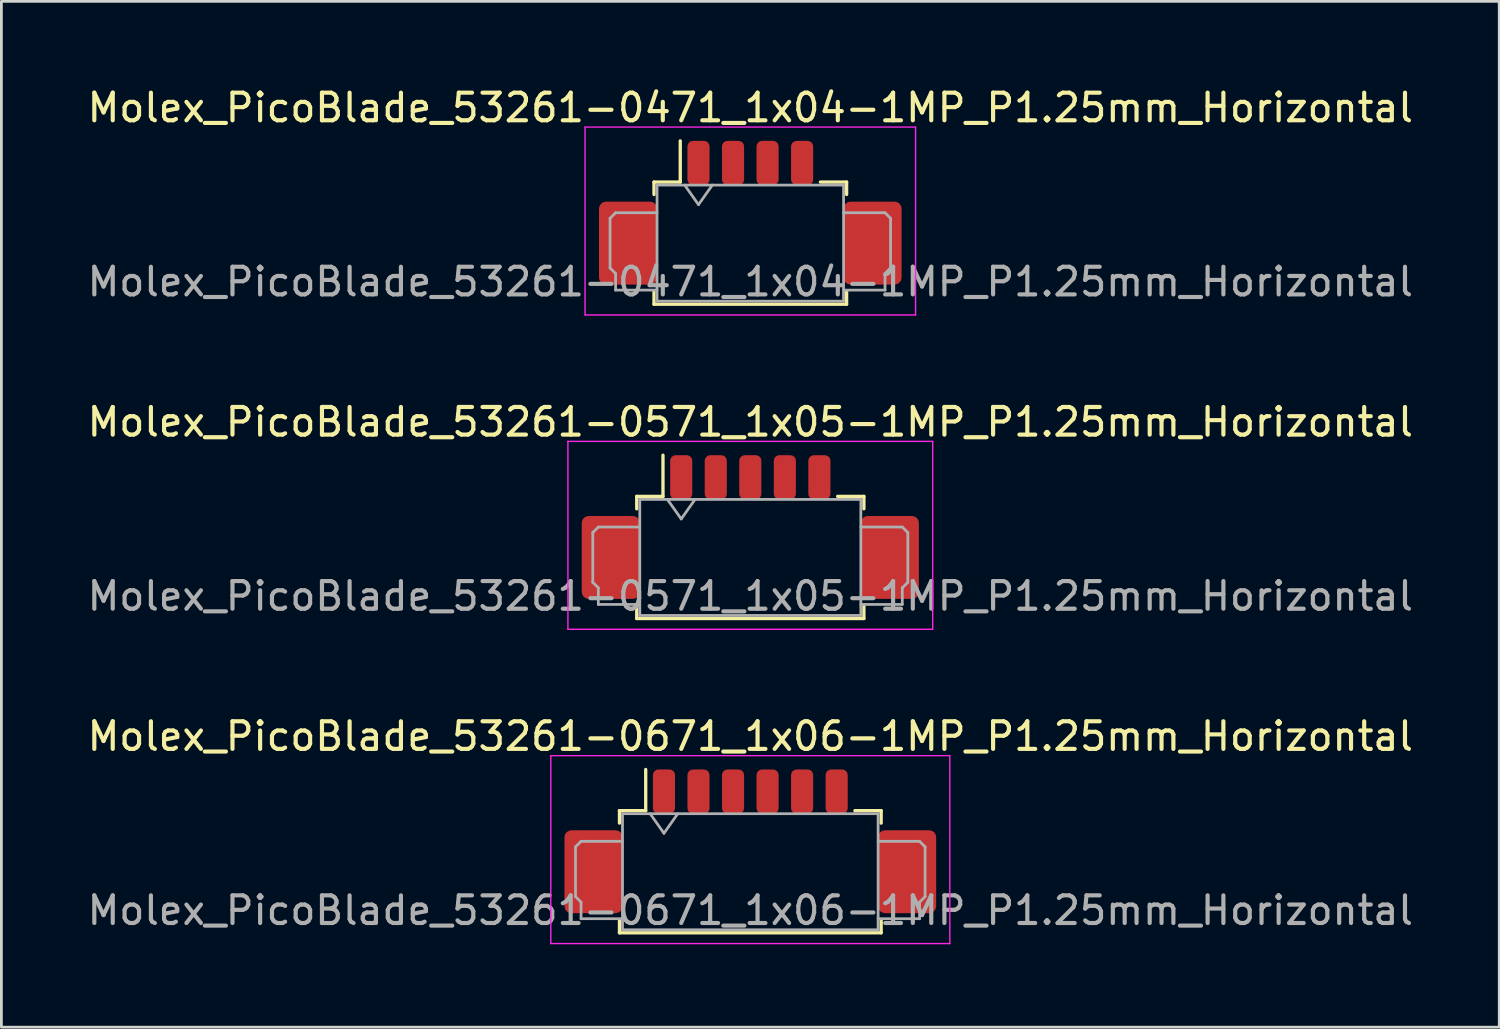
<source format=kicad_pcb>
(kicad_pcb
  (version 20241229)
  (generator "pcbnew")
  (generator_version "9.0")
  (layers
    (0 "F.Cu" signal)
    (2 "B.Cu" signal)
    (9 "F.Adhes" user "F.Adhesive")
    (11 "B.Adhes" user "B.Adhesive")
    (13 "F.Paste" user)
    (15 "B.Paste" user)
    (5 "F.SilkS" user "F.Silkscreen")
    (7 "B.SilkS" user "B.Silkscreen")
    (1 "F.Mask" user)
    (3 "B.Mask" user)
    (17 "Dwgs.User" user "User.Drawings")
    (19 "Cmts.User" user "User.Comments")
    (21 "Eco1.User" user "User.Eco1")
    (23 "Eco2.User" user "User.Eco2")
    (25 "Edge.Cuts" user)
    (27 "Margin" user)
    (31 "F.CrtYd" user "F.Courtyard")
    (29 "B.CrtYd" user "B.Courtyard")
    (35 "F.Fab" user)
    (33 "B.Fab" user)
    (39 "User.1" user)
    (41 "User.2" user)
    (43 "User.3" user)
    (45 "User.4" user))
  (footprint "Molex_PicoBlade_53261-0471_1x04-1MP_P1.25mm_Horizontal"
    (layer "F.Cu")
    (at 24.101 5.248)
    (property "Reference" "Molex_PicoBlade_53261-0471_1x04-1MP_P1.25mm_Horizontal" (at 0 -4.4 0) (layer "F.SilkS") (effects (font (size 1 1) (thickness 0.15))))
    (attr smd)
    (fp_line (start -3.485 -1.71) (end -2.535 -1.71) (stroke (width 0.12) (type solid)) (layer "F.SilkS"))
    (fp_line (start -3.485 -1.26) (end -3.485 -1.71) (stroke (width 0.12) (type solid)) (layer "F.SilkS"))
    (fp_line (start -3.485 2.26) (end -3.485 2.71) (stroke (width 0.12) (type solid)) (layer "F.SilkS"))
    (fp_line (start -3.485 2.71) (end 3.485 2.71) (stroke (width 0.12) (type solid)) (layer "F.SilkS"))
    (fp_line (start -2.535 -1.71) (end -2.535 -3.2) (stroke (width 0.12) (type solid)) (layer "F.SilkS"))
    (fp_line (start 3.485 -1.71) (end 2.535 -1.71) (stroke (width 0.12) (type solid)) (layer "F.SilkS"))
    (fp_line (start 3.485 -1.26) (end 3.485 -1.71) (stroke (width 0.12) (type solid)) (layer "F.SilkS"))
    (fp_line (start 3.485 2.71) (end 3.485 2.26) (stroke (width 0.12) (type solid)) (layer "F.SilkS"))
    (fp_line (start -5.98 -3.7) (end -5.98 3.1) (stroke (width 0.05) (type solid)) (layer "F.CrtYd"))
    (fp_line (start -5.98 3.1) (end 5.98 3.1) (stroke (width 0.05) (type solid)) (layer "F.CrtYd"))
    (fp_line (start 5.98 -3.7) (end -5.98 -3.7) (stroke (width 0.05) (type solid)) (layer "F.CrtYd"))
    (fp_line (start 5.98 3.1) (end 5.98 -3.7) (stroke (width 0.05) (type solid)) (layer "F.CrtYd"))
    (fp_line (start -5.075 -0.4) (end -5.075 1.4) (stroke (width 0.1) (type solid)) (layer "F.Fab"))
    (fp_line (start -5.075 1.4) (end -4.875 1.6) (stroke (width 0.1) (type solid)) (layer "F.Fab"))
    (fp_line (start -4.875 -0.6) (end -5.075 -0.4) (stroke (width 0.1) (type solid)) (layer "F.Fab"))
    (fp_line (start -4.875 1.6) (end -4.875 2.2) (stroke (width 0.1) (type solid)) (layer "F.Fab"))
    (fp_line (start -4.875 2.2) (end -3.375 2.2) (stroke (width 0.1) (type solid)) (layer "F.Fab"))
    (fp_line (start -3.375 -1.6) (end -3.375 2.6) (stroke (width 0.1) (type solid)) (layer "F.Fab"))
    (fp_line (start -3.375 -1.6) (end 3.375 -1.6) (stroke (width 0.1) (type solid)) (layer "F.Fab"))
    (fp_line (start -3.375 -0.6) (end -4.875 -0.6) (stroke (width 0.1) (type solid)) (layer "F.Fab"))
    (fp_line (start -3.375 2.6) (end 3.375 2.6) (stroke (width 0.1) (type solid)) (layer "F.Fab"))
    (fp_line (start -2.375 -1.6) (end -1.875 -0.893) (stroke (width 0.1) (type solid)) (layer "F.Fab"))
    (fp_line (start -1.875 -0.893) (end -1.375 -1.6) (stroke (width 0.1) (type solid)) (layer "F.Fab"))
    (fp_line (start 3.375 -1.6) (end 3.375 2.6) (stroke (width 0.1) (type solid)) (layer "F.Fab"))
    (fp_line (start 3.375 -0.6) (end 4.875 -0.6) (stroke (width 0.1) (type solid)) (layer "F.Fab"))
    (fp_line (start 4.875 -0.6) (end 5.075 -0.4) (stroke (width 0.1) (type solid)) (layer "F.Fab"))
    (fp_line (start 4.875 1.6) (end 4.875 2.2) (stroke (width 0.1) (type solid)) (layer "F.Fab"))
    (fp_line (start 4.875 2.2) (end 3.375 2.2) (stroke (width 0.1) (type solid)) (layer "F.Fab"))
    (fp_line (start 5.075 -0.4) (end 5.075 1.4) (stroke (width 0.1) (type solid)) (layer "F.Fab"))
    (fp_line (start 5.075 1.4) (end 4.875 1.6) (stroke (width 0.1) (type solid)) (layer "F.Fab"))
    (fp_text user "${REFERENCE}" (at 0 1.9 0) (layer "F.Fab") (effects (font (size 1 1) (thickness 0.15))))
    (pad "1" smd roundrect (at -1.875 -2.4) (size 0.8 1.6) (layers "F.Cu" "F.Mask" "F.Paste") (roundrect_rratio 0.25))
    (pad "2" smd roundrect (at -0.625 -2.4) (size 0.8 1.6) (layers "F.Cu" "F.Mask" "F.Paste") (roundrect_rratio 0.25))
    (pad "3" smd roundrect (at 0.625 -2.4) (size 0.8 1.6) (layers "F.Cu" "F.Mask" "F.Paste") (roundrect_rratio 0.25))
    (pad "4" smd roundrect (at 1.875 -2.4) (size 0.8 1.6) (layers "F.Cu" "F.Mask" "F.Paste") (roundrect_rratio 0.25))
    (pad "MP" smd roundrect (at -4.425 0.5) (size 2.1 3) (layers "F.Cu" "F.Mask" "F.Paste") (roundrect_rratio 0.119))
    (pad "MP" smd roundrect (at 4.425 0.5) (size 2.1 3) (layers "F.Cu" "F.Mask" "F.Paste") (roundrect_rratio 0.119)))
  (footprint "Molex_PicoBlade_53261-0571_1x05-1MP_P1.25mm_Horizontal"
    (layer "F.Cu")
    (at 24.101 16.622)
    (property "Reference" "Molex_PicoBlade_53261-0571_1x05-1MP_P1.25mm_Horizontal" (at 0 -4.4 0) (layer "F.SilkS") (effects (font (size 1 1) (thickness 0.15))))
    (attr smd)
    (fp_line (start -4.11 -1.71) (end -3.16 -1.71) (stroke (width 0.12) (type solid)) (layer "F.SilkS"))
    (fp_line (start -4.11 -1.26) (end -4.11 -1.71) (stroke (width 0.12) (type solid)) (layer "F.SilkS"))
    (fp_line (start -4.11 2.26) (end -4.11 2.71) (stroke (width 0.12) (type solid)) (layer "F.SilkS"))
    (fp_line (start -4.11 2.71) (end 4.11 2.71) (stroke (width 0.12) (type solid)) (layer "F.SilkS"))
    (fp_line (start -3.16 -1.71) (end -3.16 -3.2) (stroke (width 0.12) (type solid)) (layer "F.SilkS"))
    (fp_line (start 4.11 -1.71) (end 3.16 -1.71) (stroke (width 0.12) (type solid)) (layer "F.SilkS"))
    (fp_line (start 4.11 -1.26) (end 4.11 -1.71) (stroke (width 0.12) (type solid)) (layer "F.SilkS"))
    (fp_line (start 4.11 2.71) (end 4.11 2.26) (stroke (width 0.12) (type solid)) (layer "F.SilkS"))
    (fp_line (start -6.6 -3.7) (end -6.6 3.1) (stroke (width 0.05) (type solid)) (layer "F.CrtYd"))
    (fp_line (start -6.6 3.1) (end 6.6 3.1) (stroke (width 0.05) (type solid)) (layer "F.CrtYd"))
    (fp_line (start 6.6 -3.7) (end -6.6 -3.7) (stroke (width 0.05) (type solid)) (layer "F.CrtYd"))
    (fp_line (start 6.6 3.1) (end 6.6 -3.7) (stroke (width 0.05) (type solid)) (layer "F.CrtYd"))
    (fp_line (start -5.7 -0.4) (end -5.7 1.4) (stroke (width 0.1) (type solid)) (layer "F.Fab"))
    (fp_line (start -5.7 1.4) (end -5.5 1.6) (stroke (width 0.1) (type solid)) (layer "F.Fab"))
    (fp_line (start -5.5 -0.6) (end -5.7 -0.4) (stroke (width 0.1) (type solid)) (layer "F.Fab"))
    (fp_line (start -5.5 1.6) (end -5.5 2.2) (stroke (width 0.1) (type solid)) (layer "F.Fab"))
    (fp_line (start -5.5 2.2) (end -4 2.2) (stroke (width 0.1) (type solid)) (layer "F.Fab"))
    (fp_line (start -4 -1.6) (end -4 2.6) (stroke (width 0.1) (type solid)) (layer "F.Fab"))
    (fp_line (start -4 -1.6) (end 4 -1.6) (stroke (width 0.1) (type solid)) (layer "F.Fab"))
    (fp_line (start -4 -0.6) (end -5.5 -0.6) (stroke (width 0.1) (type solid)) (layer "F.Fab"))
    (fp_line (start -4 2.6) (end 4 2.6) (stroke (width 0.1) (type solid)) (layer "F.Fab"))
    (fp_line (start -3 -1.6) (end -2.5 -0.893) (stroke (width 0.1) (type solid)) (layer "F.Fab"))
    (fp_line (start -2.5 -0.893) (end -2 -1.6) (stroke (width 0.1) (type solid)) (layer "F.Fab"))
    (fp_line (start 4 -1.6) (end 4 2.6) (stroke (width 0.1) (type solid)) (layer "F.Fab"))
    (fp_line (start 4 -0.6) (end 5.5 -0.6) (stroke (width 0.1) (type solid)) (layer "F.Fab"))
    (fp_line (start 5.5 -0.6) (end 5.7 -0.4) (stroke (width 0.1) (type solid)) (layer "F.Fab"))
    (fp_line (start 5.5 1.6) (end 5.5 2.2) (stroke (width 0.1) (type solid)) (layer "F.Fab"))
    (fp_line (start 5.5 2.2) (end 4 2.2) (stroke (width 0.1) (type solid)) (layer "F.Fab"))
    (fp_line (start 5.7 -0.4) (end 5.7 1.4) (stroke (width 0.1) (type solid)) (layer "F.Fab"))
    (fp_line (start 5.7 1.4) (end 5.5 1.6) (stroke (width 0.1) (type solid)) (layer "F.Fab"))
    (fp_text user "${REFERENCE}" (at 0 1.9 0) (layer "F.Fab") (effects (font (size 1 1) (thickness 0.15))))
    (pad "1" smd roundrect (at -2.5 -2.4) (size 0.8 1.6) (layers "F.Cu" "F.Mask" "F.Paste") (roundrect_rratio 0.25))
    (pad "2" smd roundrect (at -1.25 -2.4) (size 0.8 1.6) (layers "F.Cu" "F.Mask" "F.Paste") (roundrect_rratio 0.25))
    (pad "3" smd roundrect (at 0 -2.4) (size 0.8 1.6) (layers "F.Cu" "F.Mask" "F.Paste") (roundrect_rratio 0.25))
    (pad "4" smd roundrect (at 1.25 -2.4) (size 0.8 1.6) (layers "F.Cu" "F.Mask" "F.Paste") (roundrect_rratio 0.25))
    (pad "5" smd roundrect (at 2.5 -2.4) (size 0.8 1.6) (layers "F.Cu" "F.Mask" "F.Paste") (roundrect_rratio 0.25))
    (pad "MP" smd roundrect (at -5.05 0.5) (size 2.1 3) (layers "F.Cu" "F.Mask" "F.Paste") (roundrect_rratio 0.119))
    (pad "MP" smd roundrect (at 5.05 0.5) (size 2.1 3) (layers "F.Cu" "F.Mask" "F.Paste") (roundrect_rratio 0.119)))
  (footprint "Molex_PicoBlade_53261-0671_1x06-1MP_P1.25mm_Horizontal"
    (layer "F.Cu")
    (at 24.101 27.995)
    (property "Reference" "Molex_PicoBlade_53261-0671_1x06-1MP_P1.25mm_Horizontal" (at 0 -4.4 0) (layer "F.SilkS") (effects (font (size 1 1) (thickness 0.15))))
    (attr smd)
    (fp_line (start -4.735 -1.71) (end -3.785 -1.71) (stroke (width 0.12) (type solid)) (layer "F.SilkS"))
    (fp_line (start -4.735 -1.26) (end -4.735 -1.71) (stroke (width 0.12) (type solid)) (layer "F.SilkS"))
    (fp_line (start -4.735 2.26) (end -4.735 2.71) (stroke (width 0.12) (type solid)) (layer "F.SilkS"))
    (fp_line (start -4.735 2.71) (end 4.735 2.71) (stroke (width 0.12) (type solid)) (layer "F.SilkS"))
    (fp_line (start -3.785 -1.71) (end -3.785 -3.2) (stroke (width 0.12) (type solid)) (layer "F.SilkS"))
    (fp_line (start 4.735 -1.71) (end 3.785 -1.71) (stroke (width 0.12) (type solid)) (layer "F.SilkS"))
    (fp_line (start 4.735 -1.26) (end 4.735 -1.71) (stroke (width 0.12) (type solid)) (layer "F.SilkS"))
    (fp_line (start 4.735 2.71) (end 4.735 2.26) (stroke (width 0.12) (type solid)) (layer "F.SilkS"))
    (fp_line (start -7.22 -3.7) (end -7.22 3.1) (stroke (width 0.05) (type solid)) (layer "F.CrtYd"))
    (fp_line (start -7.22 3.1) (end 7.22 3.1) (stroke (width 0.05) (type solid)) (layer "F.CrtYd"))
    (fp_line (start 7.22 -3.7) (end -7.22 -3.7) (stroke (width 0.05) (type solid)) (layer "F.CrtYd"))
    (fp_line (start 7.22 3.1) (end 7.22 -3.7) (stroke (width 0.05) (type solid)) (layer "F.CrtYd"))
    (fp_line (start -6.325 -0.4) (end -6.325 1.4) (stroke (width 0.1) (type solid)) (layer "F.Fab"))
    (fp_line (start -6.325 1.4) (end -6.125 1.6) (stroke (width 0.1) (type solid)) (layer "F.Fab"))
    (fp_line (start -6.125 -0.6) (end -6.325 -0.4) (stroke (width 0.1) (type solid)) (layer "F.Fab"))
    (fp_line (start -6.125 1.6) (end -6.125 2.2) (stroke (width 0.1) (type solid)) (layer "F.Fab"))
    (fp_line (start -6.125 2.2) (end -4.625 2.2) (stroke (width 0.1) (type solid)) (layer "F.Fab"))
    (fp_line (start -4.625 -1.6) (end -4.625 2.6) (stroke (width 0.1) (type solid)) (layer "F.Fab"))
    (fp_line (start -4.625 -1.6) (end 4.625 -1.6) (stroke (width 0.1) (type solid)) (layer "F.Fab"))
    (fp_line (start -4.625 -0.6) (end -6.125 -0.6) (stroke (width 0.1) (type solid)) (layer "F.Fab"))
    (fp_line (start -4.625 2.6) (end 4.625 2.6) (stroke (width 0.1) (type solid)) (layer "F.Fab"))
    (fp_line (start -3.625 -1.6) (end -3.125 -0.893) (stroke (width 0.1) (type solid)) (layer "F.Fab"))
    (fp_line (start -3.125 -0.893) (end -2.625 -1.6) (stroke (width 0.1) (type solid)) (layer "F.Fab"))
    (fp_line (start 4.625 -1.6) (end 4.625 2.6) (stroke (width 0.1) (type solid)) (layer "F.Fab"))
    (fp_line (start 4.625 -0.6) (end 6.125 -0.6) (stroke (width 0.1) (type solid)) (layer "F.Fab"))
    (fp_line (start 6.125 -0.6) (end 6.325 -0.4) (stroke (width 0.1) (type solid)) (layer "F.Fab"))
    (fp_line (start 6.125 1.6) (end 6.125 2.2) (stroke (width 0.1) (type solid)) (layer "F.Fab"))
    (fp_line (start 6.125 2.2) (end 4.625 2.2) (stroke (width 0.1) (type solid)) (layer "F.Fab"))
    (fp_line (start 6.325 -0.4) (end 6.325 1.4) (stroke (width 0.1) (type solid)) (layer "F.Fab"))
    (fp_line (start 6.325 1.4) (end 6.125 1.6) (stroke (width 0.1) (type solid)) (layer "F.Fab"))
    (fp_text user "${REFERENCE}" (at 0 1.9 0) (layer "F.Fab") (effects (font (size 1 1) (thickness 0.15))))
    (pad "1" smd roundrect (at -3.125 -2.4) (size 0.8 1.6) (layers "F.Cu" "F.Mask" "F.Paste") (roundrect_rratio 0.25))
    (pad "2" smd roundrect (at -1.875 -2.4) (size 0.8 1.6) (layers "F.Cu" "F.Mask" "F.Paste") (roundrect_rratio 0.25))
    (pad "3" smd roundrect (at -0.625 -2.4) (size 0.8 1.6) (layers "F.Cu" "F.Mask" "F.Paste") (roundrect_rratio 0.25))
    (pad "4" smd roundrect (at 0.625 -2.4) (size 0.8 1.6) (layers "F.Cu" "F.Mask" "F.Paste") (roundrect_rratio 0.25))
    (pad "5" smd roundrect (at 1.875 -2.4) (size 0.8 1.6) (layers "F.Cu" "F.Mask" "F.Paste") (roundrect_rratio 0.25))
    (pad "6" smd roundrect (at 3.125 -2.4) (size 0.8 1.6) (layers "F.Cu" "F.Mask" "F.Paste") (roundrect_rratio 0.25))
    (pad "MP" smd roundrect (at -5.675 0.5) (size 2.1 3) (layers "F.Cu" "F.Mask" "F.Paste") (roundrect_rratio 0.119))
    (pad "MP" smd roundrect (at 5.675 0.5) (size 2.1 3) (layers "F.Cu" "F.Mask" "F.Paste") (roundrect_rratio 0.119)))
  (gr_rect
    (start -3 -3)
    (end 51.202 34.12)
    (stroke (width 0.1) (type default))
    (fill no)
    (layer "Edge.Cuts")))
</source>
